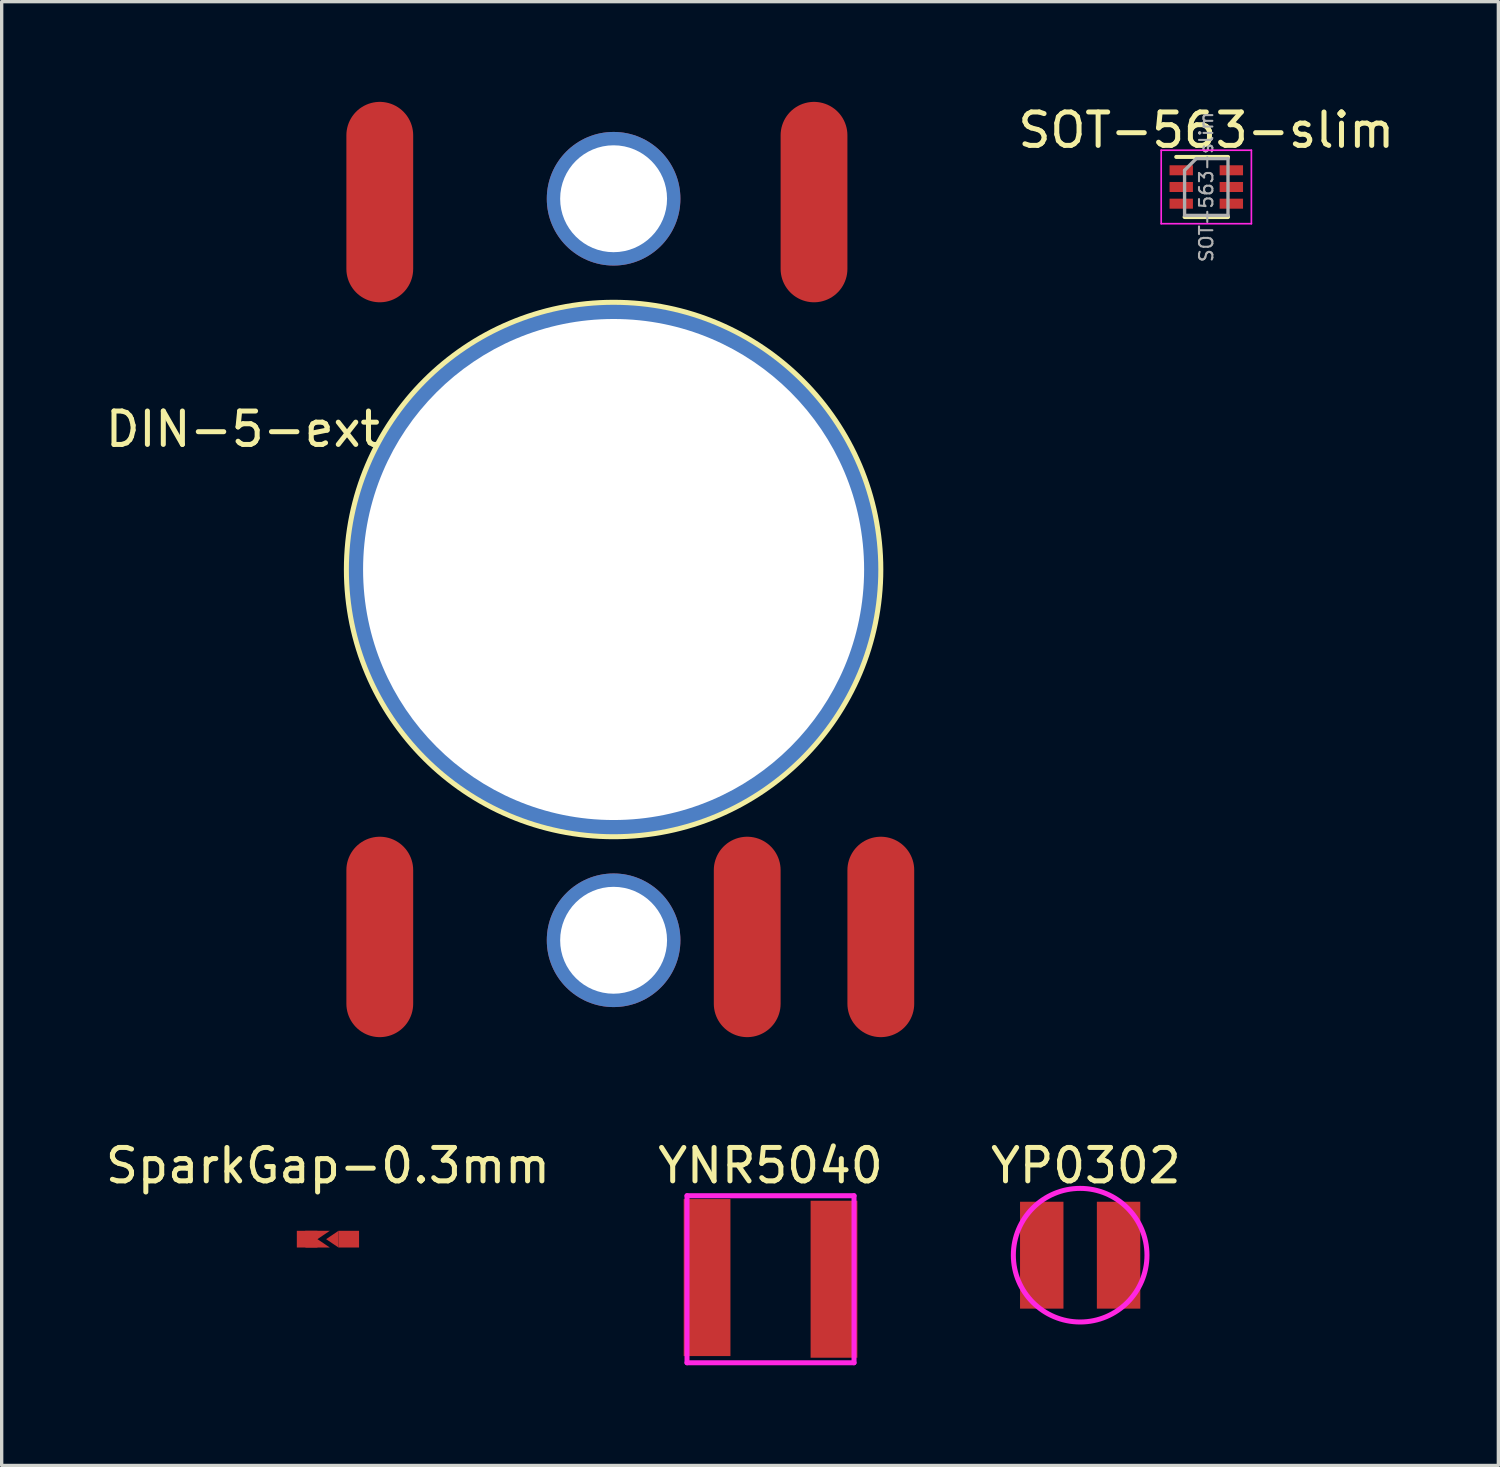
<source format=kicad_pcb>
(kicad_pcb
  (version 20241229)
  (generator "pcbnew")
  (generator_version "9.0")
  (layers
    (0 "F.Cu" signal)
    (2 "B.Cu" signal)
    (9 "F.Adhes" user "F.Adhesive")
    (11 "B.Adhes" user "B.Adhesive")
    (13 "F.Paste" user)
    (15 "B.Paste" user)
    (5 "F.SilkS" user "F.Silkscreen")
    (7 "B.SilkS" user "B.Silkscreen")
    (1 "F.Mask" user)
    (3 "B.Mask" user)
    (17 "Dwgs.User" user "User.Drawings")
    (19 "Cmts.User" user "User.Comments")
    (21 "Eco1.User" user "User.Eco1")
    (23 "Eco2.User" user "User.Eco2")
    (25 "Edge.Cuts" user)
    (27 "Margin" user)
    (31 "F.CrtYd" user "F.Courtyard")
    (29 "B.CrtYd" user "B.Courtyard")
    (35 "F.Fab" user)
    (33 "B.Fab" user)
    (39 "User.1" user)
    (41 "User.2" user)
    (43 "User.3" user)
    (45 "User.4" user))
  (footprint "YP0302"
    (layer "F.Cu")
    (at 29.288 34.528)
    (property "Reference" "YP0302" (at 0.17 -2.68 180) (layer "F.SilkS") (effects (font (size 1 1) (thickness 0.15))))
    (attr through_hole)
    (fp_circle (center 0 0) (end 2 0) (stroke (width 0.15) (type solid)) (fill no) (layer "F.CrtYd"))
    (pad "1" smd rect (at -1.15 0 90) (size 3.2 1.3) (layers "F.Cu" "F.Mask" "F.Paste"))
    (pad "2" smd rect (at 1.15 0 90) (size 3.2 1.3) (layers "F.Cu" "F.Mask" "F.Paste")))
  (footprint "SparkGap-0.3mm"
    (layer "F.Cu")
    (at 6.768 34.048)
    (property "Reference" "SparkGap-0.3mm" (at 0 -2.2 0) (layer "F.SilkS") (effects (font (size 1 1) (thickness 0.15))))
    (attr smd)
    (fp_poly (pts (xy 0.69 0.3) (xy -0.55 0.3) (xy -0.55 -0.26) (xy 0.69 -0.26)) (stroke (width 0.1) (type solid)) (fill yes) (layer "F.Mask"))
    (pad "1" smd rect (at -0.623 0) (size 0.617 0.5) (layers "F.Cu" "F.Mask"))
    (pad "1" smd trapezoid (at -0.315 -0.125) (size 0.37 0.25) (rect_delta 0 -0.37) (layers "F.Cu" "F.Mask"))
    (pad "1" smd trapezoid (at -0.315 0.125) (size 0.37 0.25) (rect_delta 0 0.37) (layers "F.Cu" "F.Mask"))
    (pad "2" smd trapezoid (at 0.13 0) (size 0.37 0.25) (rect_delta -0.25 0) (layers "F.Cu" "F.Mask"))
    (pad "2" smd rect (at 0.623 0) (size 0.617 0.5) (layers "F.Cu" "F.Mask")))
  (footprint "YNR5040"
    (layer "F.Cu")
    (at 20.018 35.248)
    (property "Reference" "YNR5040" (at 0 -3.4 0) (layer "F.SilkS") (effects (font (size 1 1) (thickness 0.15))))
    (attr through_hole)
    (fp_line (start -2.5 -2.5) (end 2.5 -2.5) (stroke (width 0.15) (type solid)) (layer "F.CrtYd"))
    (fp_line (start -2.5 2.5) (end -2.5 -2.5) (stroke (width 0.15) (type solid)) (layer "F.CrtYd"))
    (fp_line (start 2.5 -2.5) (end 2.5 2.5) (stroke (width 0.15) (type solid)) (layer "F.CrtYd"))
    (fp_line (start 2.5 2.5) (end -2.5 2.5) (stroke (width 0.15) (type solid)) (layer "F.CrtYd"))
    (pad "1" smd rect (at -1.9 -0.05 90) (size 4.7 1.4) (layers "F.Cu" "F.Mask" "F.Paste"))
    (pad "2" smd rect (at 1.9 0 90) (size 4.7 1.4) (layers "F.Cu" "F.Mask" "F.Paste")))
  (footprint "SOT-563-slim"
    (layer "F.Cu")
    (at 33.064 2.548)
    (property "Reference" "SOT-563-slim" (at 0 -1.7 180) (layer "F.SilkS") (effects (font (size 1 1) (thickness 0.15))))
    (attr smd)
    (fp_line (start -0.9 -0.9) (end 0.65 -0.9) (stroke (width 0.12) (type solid)) (layer "F.SilkS"))
    (fp_line (start 0.65 0.9) (end -0.65 0.9) (stroke (width 0.12) (type solid)) (layer "F.SilkS"))
    (fp_line (start -1.35 -1.1) (end -1.35 1.1) (stroke (width 0.05) (type solid)) (layer "F.CrtYd"))
    (fp_line (start -1.35 -1.1) (end 1.35 -1.1) (stroke (width 0.05) (type solid)) (layer "F.CrtYd"))
    (fp_line (start 1.35 1.1) (end -1.35 1.1) (stroke (width 0.05) (type solid)) (layer "F.CrtYd"))
    (fp_line (start 1.35 1.1) (end 1.35 -1.1) (stroke (width 0.05) (type solid)) (layer "F.CrtYd"))
    (fp_line (start -0.65 -0.5) (end -0.65 0.85) (stroke (width 0.1) (type solid)) (layer "F.Fab"))
    (fp_line (start -0.65 -0.5) (end -0.3 -0.85) (stroke (width 0.1) (type solid)) (layer "F.Fab"))
    (fp_line (start -0.65 0.85) (end 0.65 0.85) (stroke (width 0.1) (type solid)) (layer "F.Fab"))
    (fp_line (start 0.65 -0.85) (end -0.3 -0.85) (stroke (width 0.1) (type solid)) (layer "F.Fab"))
    (fp_line (start 0.65 0.85) (end 0.65 -0.85) (stroke (width 0.1) (type solid)) (layer "F.Fab"))
    (fp_text user "${REFERENCE}" (at 0 0 270) (layer "F.Fab") (effects (font (size 0.4 0.4) (thickness 0.062))))
    (pad "1" smd rect (at -0.75 -0.5) (size 0.7 0.3) (layers "F.Cu" "F.Mask" "F.Paste"))
    (pad "2" smd rect (at -0.75 0) (size 0.7 0.3) (layers "F.Cu" "F.Mask" "F.Paste"))
    (pad "3" smd rect (at -0.75 0.5) (size 0.7 0.3) (layers "F.Cu" "F.Mask" "F.Paste"))
    (pad "4" smd rect (at 0.75 0.5) (size 0.7 0.3) (layers "F.Cu" "F.Mask" "F.Paste"))
    (pad "5" smd rect (at 0.75 0) (size 0.7 0.3) (layers "F.Cu" "F.Mask" "F.Paste"))
    (pad "6" smd rect (at 0.75 -0.5) (size 0.7 0.3) (layers "F.Cu" "F.Mask" "F.Paste")))
  (footprint "DIN-5-ext"
    (layer "F.Cu")
    (at 15.32 14)
    (property "Reference" "DIN-5-ext" (at -11.1 -4.2 0) (layer "F.SilkS") (effects (font (size 1 1) (thickness 0.15))))
    (attr through_hole)
    (fp_circle (center 0 0) (end 0 -8) (stroke (width 0.15) (type solid)) (fill no) (layer "F.SilkS"))
    (pad "" np_thru_hole circle (at 0 -11.1) (size 4 4) (drill 3.2) (layers "*.Cu" "*.Mask"))
    (pad "" np_thru_hole circle (at 0 0) (size 16 16) (drill 15) (layers "*.Cu" "*.Mask"))
    (pad "" np_thru_hole circle (at 0 11.1) (size 4 4) (drill 3.2) (layers "*.Cu" "*.Mask"))
    (pad "1" smd oval (at -7 11) (size 2 6) (layers "F.Cu" "F.Mask" "F.Paste"))
    (pad "2" smd oval (at 8 11) (size 2 6) (layers "F.Cu" "F.Mask" "F.Paste"))
    (pad "3" smd oval (at -7 -11) (size 2 6) (layers "F.Cu" "F.Mask" "F.Paste"))
    (pad "4" smd oval (at 4 11) (size 2 6) (layers "F.Cu" "F.Mask" "F.Paste"))
    (pad "5" smd oval (at 6 -11) (size 2 6) (layers "F.Cu" "F.Mask" "F.Paste")))
  (gr_rect
    (start -3 -3)
    (end 41.808 40.823)
    (stroke (width 0.1) (type default))
    (fill no)
    (layer "Edge.Cuts")))
</source>
